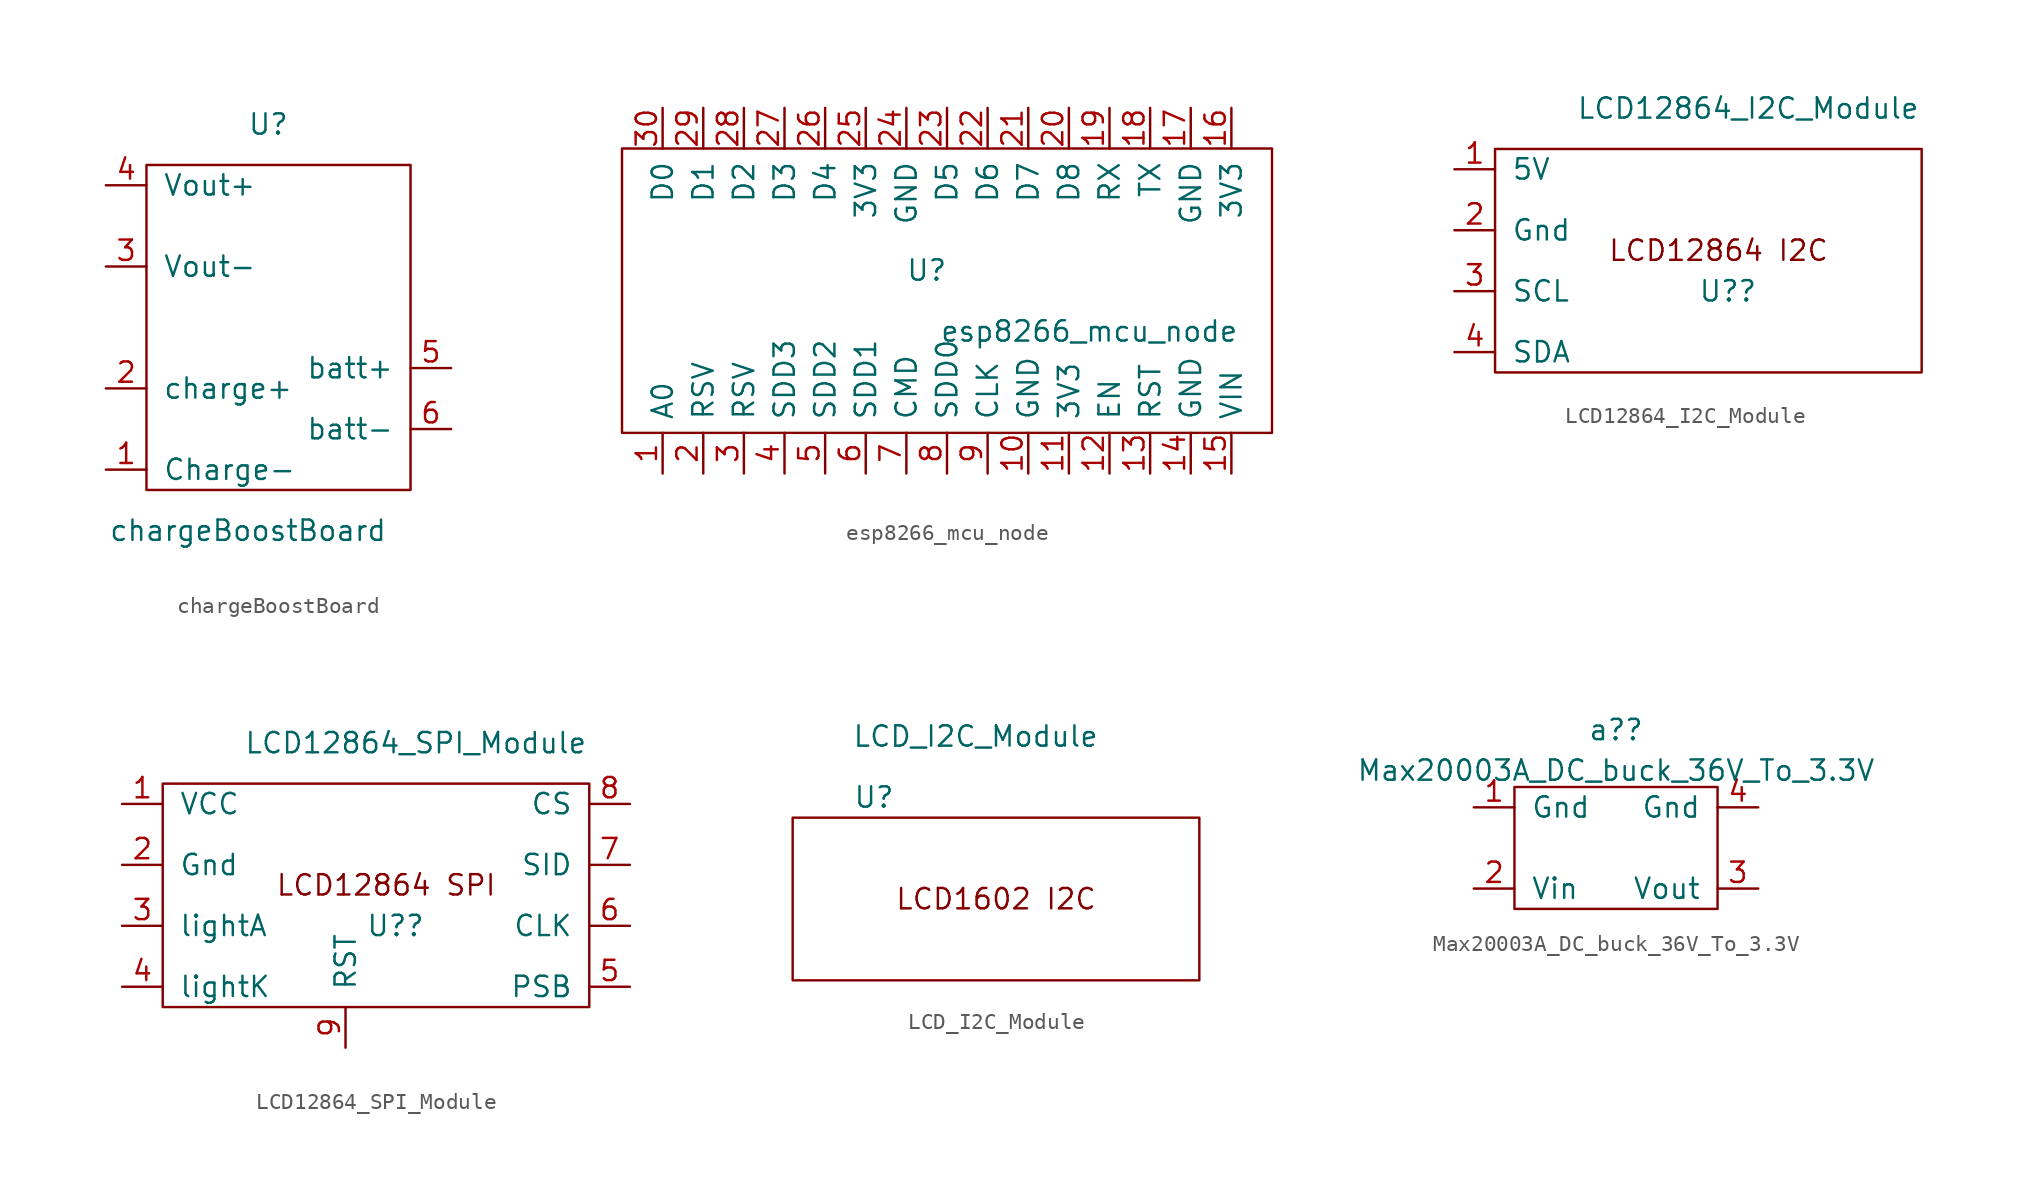
<source format=kicad_sym>
(kicad_symbol_lib
  (version 20211014)
  (generator kicad_symbol_editor)
  (symbol "chargeBoostBoard"
    (pin_names
      (offset 1.016))
    (property "Reference" "U"
      (at 0 0 0)
      (effects (font (size 1.27 1.27))))
    (property "Value" "chargeBoostBoard"
      (at -1.27 -25.4 0)
      (effects (font (size 1.27 1.27))))
    (symbol "chargeBoostBoard_0_1"
      (rectangle (start -7.62 -2.54) (end 8.89 -22.86) (stroke (width 0) (type default) (color 0 0 0 0)) (fill (type none))))
    (symbol "chargeBoostBoard_1_1"
      (pin input line (at -10.16 -21.59 0) (length 2.54) (name "Charge-" (effects (font (size 1.27 1.27)))) (number "1" (effects (font (size 1.27 1.27)))))
      (pin input line (at -10.16 -16.51 0) (length 2.54) (name "charge+" (effects (font (size 1.27 1.27)))) (number "2" (effects (font (size 1.27 1.27)))))
      (pin input line (at -10.16 -8.89 0) (length 2.54) (name "Vout-" (effects (font (size 1.27 1.27)))) (number "3" (effects (font (size 1.27 1.27)))))
      (pin input line (at -10.16 -3.81 0) (length 2.54) (name "Vout+" (effects (font (size 1.27 1.27)))) (number "4" (effects (font (size 1.27 1.27)))))
      (pin input line (at 11.43 -15.24 180) (length 2.54) (name "batt+" (effects (font (size 1.27 1.27)))) (number "5" (effects (font (size 1.27 1.27)))))
      (pin input line (at 11.43 -19.05 180) (length 2.54) (name "batt-" (effects (font (size 1.27 1.27)))) (number "6" (effects (font (size 1.27 1.27)))))))
  (symbol "esp8266_mcu_node"
    (pin_names
      (offset 0.762))
    (property "Reference" "U"
      (at 0 1.27 0)
      (effects (font (size 1.27 1.27))))
    (property "Value" "esp8266_mcu_node"
      (at 10.16 -2.54 0)
      (effects (font (size 1.27 1.27))))
    (symbol "esp8266_mcu_node_0_1"
      (rectangle (start -19.05 8.89) (end 21.59 -8.89) (stroke (width 0) (type default) (color 0 0 0 0)) (fill (type none))))
    (symbol "esp8266_mcu_node_1_1"
      (pin input line (at -16.51 -11.43 90) (length 2.54) (name "A0" (effects (font (size 1.27 1.27)))) (number "1" (effects (font (size 1.27 1.27)))))
      (pin power_in line (at 6.35 -11.43 90) (length 2.54) (name "GND" (effects (font (size 1.27 1.27)))) (number "10" (effects (font (size 1.27 1.27)))))
      (pin power_in line (at 8.89 -11.43 90) (length 2.54) (name "3V3" (effects (font (size 1.27 1.27)))) (number "11" (effects (font (size 1.27 1.27)))))
      (pin input line (at 11.43 -11.43 90) (length 2.54) (name "EN" (effects (font (size 1.27 1.27)))) (number "12" (effects (font (size 1.27 1.27)))))
      (pin bidirectional line (at 13.97 -11.43 90) (length 2.54) (name "RST" (effects (font (size 1.27 1.27)))) (number "13" (effects (font (size 1.27 1.27)))))
      (pin power_in line (at 16.51 -11.43 90) (length 2.54) (name "GND" (effects (font (size 1.27 1.27)))) (number "14" (effects (font (size 1.27 1.27)))))
      (pin power_in line (at 19.05 -11.43 90) (length 2.54) (name "VIN" (effects (font (size 1.27 1.27)))) (number "15" (effects (font (size 1.27 1.27)))))
      (pin power_in line (at 19.05 11.43 270) (length 2.54) (name "3V3" (effects (font (size 1.27 1.27)))) (number "16" (effects (font (size 1.27 1.27)))))
      (pin power_in line (at 16.51 11.43 270) (length 2.54) (name "GND" (effects (font (size 1.27 1.27)))) (number "17" (effects (font (size 1.27 1.27)))))
      (pin bidirectional line (at 13.97 11.43 270) (length 2.54) (name "TX" (effects (font (size 1.27 1.27)))) (number "18" (effects (font (size 1.27 1.27)))))
      (pin bidirectional line (at 11.43 11.43 270) (length 2.54) (name "RX" (effects (font (size 1.27 1.27)))) (number "19" (effects (font (size 1.27 1.27)))))
      (pin bidirectional line (at -13.97 -11.43 90) (length 2.54) (name "RSV" (effects (font (size 1.27 1.27)))) (number "2" (effects (font (size 1.27 1.27)))))
      (pin bidirectional line (at 8.89 11.43 270) (length 2.54) (name "D8" (effects (font (size 1.27 1.27)))) (number "20" (effects (font (size 1.27 1.27)))))
      (pin bidirectional line (at 6.35 11.43 270) (length 2.54) (name "D7" (effects (font (size 1.27 1.27)))) (number "21" (effects (font (size 1.27 1.27)))))
      (pin bidirectional line (at 3.81 11.43 270) (length 2.54) (name "D6" (effects (font (size 1.27 1.27)))) (number "22" (effects (font (size 1.27 1.27)))))
      (pin bidirectional line (at 1.27 11.43 270) (length 2.54) (name "D5" (effects (font (size 1.27 1.27)))) (number "23" (effects (font (size 1.27 1.27)))))
      (pin power_in line (at -1.27 11.43 270) (length 2.54) (name "GND" (effects (font (size 1.27 1.27)))) (number "24" (effects (font (size 1.27 1.27)))))
      (pin power_in line (at -3.81 11.43 270) (length 2.54) (name "3V3" (effects (font (size 1.27 1.27)))) (number "25" (effects (font (size 1.27 1.27)))))
      (pin bidirectional line (at -6.35 11.43 270) (length 2.54) (name "D4" (effects (font (size 1.27 1.27)))) (number "26" (effects (font (size 1.27 1.27)))))
      (pin bidirectional line (at -8.89 11.43 270) (length 2.54) (name "D3" (effects (font (size 1.27 1.27)))) (number "27" (effects (font (size 1.27 1.27)))))
      (pin bidirectional line (at -11.43 11.43 270) (length 2.54) (name "D2" (effects (font (size 1.27 1.27)))) (number "28" (effects (font (size 1.27 1.27)))))
      (pin bidirectional line (at -13.97 11.43 270) (length 2.54) (name "D1" (effects (font (size 1.27 1.27)))) (number "29" (effects (font (size 1.27 1.27)))))
      (pin bidirectional line (at -11.43 -11.43 90) (length 2.54) (name "RSV" (effects (font (size 1.27 1.27)))) (number "3" (effects (font (size 1.27 1.27)))))
      (pin bidirectional line (at -16.51 11.43 270) (length 2.54) (name "D0" (effects (font (size 1.27 1.27)))) (number "30" (effects (font (size 1.27 1.27)))))
      (pin bidirectional line (at -8.89 -11.43 90) (length 2.54) (name "SDD3" (effects (font (size 1.27 1.27)))) (number "4" (effects (font (size 1.27 1.27)))))
      (pin bidirectional line (at -6.35 -11.43 90) (length 2.54) (name "SDD2" (effects (font (size 1.27 1.27)))) (number "5" (effects (font (size 1.27 1.27)))))
      (pin bidirectional line (at -3.81 -11.43 90) (length 2.54) (name "SDD1" (effects (font (size 1.27 1.27)))) (number "6" (effects (font (size 1.27 1.27)))))
      (pin bidirectional line (at -1.27 -11.43 90) (length 2.54) (name "CMD" (effects (font (size 1.27 1.27)))) (number "7" (effects (font (size 1.27 1.27)))))
      (pin bidirectional line (at 1.27 -11.43 90) (length 2.54) (name "SDD0" (effects (font (size 1.27 1.27)))) (number "8" (effects (font (size 1.27 1.27)))))
      (pin bidirectional line (at 3.81 -11.43 90) (length 2.54) (name "CLK" (effects (font (size 1.27 1.27)))) (number "9" (effects (font (size 1.27 1.27)))))))
  (symbol "LCD12864_I2C_Module"
    (pin_names
      (offset 1.016))
    (property "Reference" "U?"
      (at 0 -3.81 0)
      (effects (font (size 1.27 1.27)) (justify left)))
    (property "Value" "LCD12864_I2C_Module"
      (at -7.62 7.62 0)
      (effects (font (size 1.27 1.27)) (justify left)))
    (symbol "LCD12864_I2C_Module_0_0"
      (text "LCD12864 I2C" (at 1.27 -1.27 0) (effects (font (size 1.27 1.27)))))
    (symbol "LCD12864_I2C_Module_0_1"
      (rectangle (start -12.7 5.08) (end 13.97 -8.89) (stroke (width 0) (type default) (color 0 0 0 0)) (fill (type none))))
    (symbol "LCD12864_I2C_Module_1_1"
      (pin input line (at -15.24 3.81 0) (length 2.54) (name "5V" (effects (font (size 1.27 1.27)))) (number "1" (effects (font (size 1.27 1.27)))))
      (pin input line (at -15.24 0 0) (length 2.54) (name "Gnd" (effects (font (size 1.27 1.27)))) (number "2" (effects (font (size 1.27 1.27)))))
      (pin input line (at -15.24 -3.81 0) (length 2.54) (name "SCL" (effects (font (size 1.27 1.27)))) (number "3" (effects (font (size 1.27 1.27)))))
      (pin input line (at -15.24 -7.62 0) (length 2.54) (name "SDA" (effects (font (size 1.27 1.27)))) (number "4" (effects (font (size 1.27 1.27)))))))
  (symbol "LCD12864_SPI_Module"
    (pin_names
      (offset 1.016))
    (property "Reference" "U?"
      (at 0 -3.81 0)
      (effects (font (size 1.27 1.27)) (justify left)))
    (property "Value" "LCD12864_SPI_Module"
      (at -7.62 7.62 0)
      (effects (font (size 1.27 1.27)) (justify left)))
    (symbol "LCD12864_SPI_Module_0_0"
      (text "LCD12864 SPI" (at 1.27 -1.27 0) (effects (font (size 1.27 1.27)))))
    (symbol "LCD12864_SPI_Module_0_1"
      (rectangle (start -12.7 5.08) (end 13.97 -8.89) (stroke (width 0) (type default) (color 0 0 0 0)) (fill (type none))))
    (symbol "LCD12864_SPI_Module_1_1"
      (pin input line (at -15.24 3.81 0) (length 2.54) (name "VCC" (effects (font (size 1.27 1.27)))) (number "1" (effects (font (size 1.27 1.27)))))
      (pin input line (at -15.24 0 0) (length 2.54) (name "Gnd" (effects (font (size 1.27 1.27)))) (number "2" (effects (font (size 1.27 1.27)))))
      (pin input line (at -15.24 -3.81 0) (length 2.54) (name "lightA" (effects (font (size 1.27 1.27)))) (number "3" (effects (font (size 1.27 1.27)))))
      (pin input line (at -15.24 -7.62 0) (length 2.54) (name "lightK" (effects (font (size 1.27 1.27)))) (number "4" (effects (font (size 1.27 1.27)))))
      (pin input line (at 16.51 -7.62 180) (length 2.54) (name "PSB" (effects (font (size 1.27 1.27)))) (number "5" (effects (font (size 1.27 1.27)))))
      (pin input line (at 16.51 -3.81 180) (length 2.54) (name "CLK" (effects (font (size 1.27 1.27)))) (number "6" (effects (font (size 1.27 1.27)))))
      (pin input line (at 16.51 0 180) (length 2.54) (name "SID" (effects (font (size 1.27 1.27)))) (number "7" (effects (font (size 1.27 1.27)))))
      (pin input line (at 16.51 3.81 180) (length 2.54) (name "CS" (effects (font (size 1.27 1.27)))) (number "8" (effects (font (size 1.27 1.27)))))
      (pin input line (at -1.27 -11.43 90) (length 2.54) (name "RST" (effects (font (size 1.27 1.27)))) (number "9" (effects (font (size 1.27 1.27)))))))
  (symbol "LCD_I2C_Module"
    (pin_names
      (offset 1.016))
    (property "Reference" "U"
      (at -7.62 6.35 0)
      (effects (font (size 1.27 1.27))))
    (property "Value" "LCD_I2C_Module"
      (at -1.27 10.16 0)
      (effects (font (size 1.27 1.27))))
    (symbol "LCD_I2C_Module_0_0"
      (text "LCD1602 I2C" (at 0 0 0) (effects (font (size 1.27 1.27)))))
    (symbol "LCD_I2C_Module_0_1"
      (rectangle (start -12.7 5.08) (end 12.7 -5.08) (stroke (width 0) (type default) (color 0 0 0 0)) (fill (type none)))))
  (symbol "Max20003A_DC_buck_36V_To_3.3V"
    (pin_names
      (offset 1.016))
    (property "Reference" "a?"
      (at 0 7.383 0)
      (effects (font (size 1.27 1.27))))
    (property "Value" "Max20003A_DC_buck_36V_To_3.3V"
      (at 0 4.846 0)
      (effects (font (size 1.27 1.27))))
    (symbol "Max20003A_DC_buck_36V_To_3.3V_0_1"
      (rectangle (start -6.35 3.81) (end 6.35 -3.81) (stroke (width 0) (type default) (color 0 0 0 0)) (fill (type none))))
    (symbol "Max20003A_DC_buck_36V_To_3.3V_1_1"
      (pin input line (at -8.89 2.54 0) (length 2.54) (name "Gnd" (effects (font (size 1.27 1.27)))) (number "1" (effects (font (size 1.27 1.27)))))
      (pin input line (at -8.89 -2.54 0) (length 2.54) (name "Vin" (effects (font (size 1.27 1.27)))) (number "2" (effects (font (size 1.27 1.27)))))
      (pin output line (at 8.89 -2.54 180) (length 2.54) (name "Vout" (effects (font (size 1.27 1.27)))) (number "3" (effects (font (size 1.27 1.27)))))
      (pin output line (at 8.89 2.54 180) (length 2.54) (name "Gnd" (effects (font (size 1.27 1.27)))) (number "4" (effects (font (size 1.27 1.27))))))))
</source>
